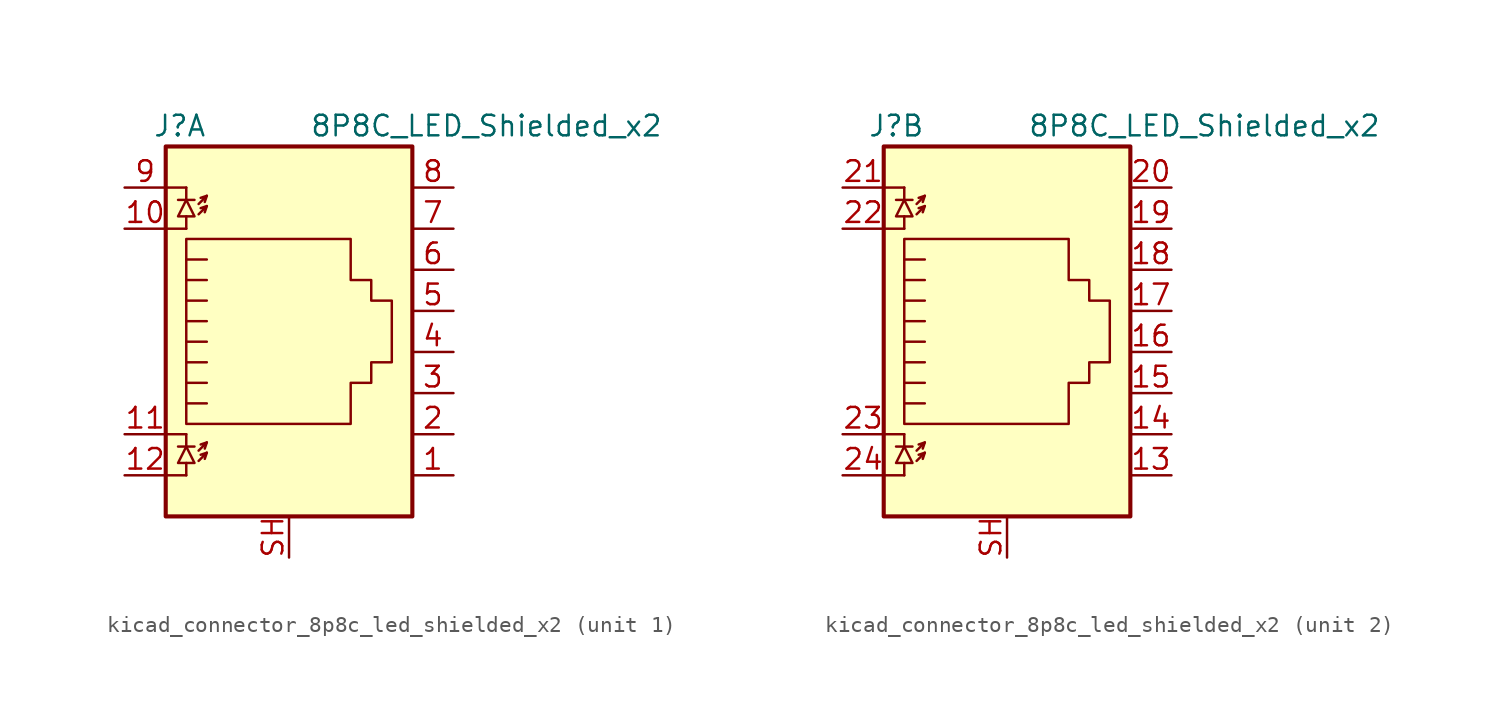
<source format=kicad_sym>
(kicad_symbol_lib
  (version 20220914)
  (generator kicad_symbol_editor)
  (symbol "kicad_connector_8p8c_led_shielded_x2"
    (property "Reference" "J"
      (at -5.08 13.97 0)
      (effects (font (size 1.27 1.27)) (justify right)))
    (property "Value" "8P8C_LED_Shielded_x2"
      (at 1.27 13.97 0)
      (effects (font (size 1.27 1.27)) (justify left)))
    (symbol "kicad_connector_8p8c_led_shielded_x2_0_1"
      (polyline (pts (xy -7.62 -7.62) (xy -6.35 -7.62)) (stroke (width 0) (type default)) (fill (type none)))
      (polyline (pts (xy -7.62 -5.08) (xy -6.35 -5.08)) (stroke (width 0) (type default)) (fill (type none)))
      (polyline (pts (xy -7.62 7.62) (xy -6.35 7.62)) (stroke (width 0) (type default)) (fill (type none)))
      (polyline (pts (xy -7.62 10.16) (xy -6.35 10.16)) (stroke (width 0) (type default)) (fill (type none)))
      (polyline (pts (xy -6.858 -5.842) (xy -5.842 -5.842)) (stroke (width 0) (type default)) (fill (type none)))
      (polyline (pts (xy -6.858 9.398) (xy -5.842 9.398)) (stroke (width 0) (type default)) (fill (type none)))
      (polyline (pts (xy -6.35 -7.62) (xy -6.35 -6.858)) (stroke (width 0) (type default)) (fill (type none)))
      (polyline (pts (xy -6.35 -5.08) (xy -6.35 -5.842)) (stroke (width 0) (type default)) (fill (type none)))
      (polyline (pts (xy -6.35 7.62) (xy -6.35 8.382)) (stroke (width 0) (type default)) (fill (type none)))
      (polyline (pts (xy -6.35 10.16) (xy -6.35 9.398)) (stroke (width 0) (type default)) (fill (type none)))
      (polyline (pts (xy -5.08 -6.223) (xy -5.207 -6.604)) (stroke (width 0) (type default)) (fill (type none)))
      (polyline (pts (xy -5.08 -5.588) (xy -5.207 -5.969)) (stroke (width 0) (type default)) (fill (type none)))
      (polyline (pts (xy -5.08 4.445) (xy -6.35 4.445)) (stroke (width 0) (type default)) (fill (type none)))
      (polyline (pts (xy -5.08 5.715) (xy -6.35 5.715)) (stroke (width 0) (type default)) (fill (type none)))
      (polyline (pts (xy -5.08 9.017) (xy -5.207 8.636)) (stroke (width 0) (type default)) (fill (type none)))
      (polyline (pts (xy -5.08 9.652) (xy -5.207 9.271)) (stroke (width 0) (type default)) (fill (type none)))
      (polyline (pts (xy -6.35 -3.175) (xy -5.08 -3.175) (xy -5.08 -3.175)) (stroke (width 0) (type default)) (fill (type none)))
      (polyline (pts (xy -6.35 -1.905) (xy -5.08 -1.905) (xy -5.08 -1.905)) (stroke (width 0) (type default)) (fill (type none)))
      (polyline (pts (xy -6.35 -0.635) (xy -5.08 -0.635) (xy -5.08 -0.635)) (stroke (width 0) (type default)) (fill (type none)))
      (polyline (pts (xy -6.35 0.635) (xy -5.08 0.635) (xy -5.08 0.635)) (stroke (width 0) (type default)) (fill (type none)))
      (polyline (pts (xy -6.35 1.905) (xy -5.08 1.905) (xy -5.08 1.905)) (stroke (width 0) (type default)) (fill (type none)))
      (polyline (pts (xy -5.588 -6.731) (xy -5.08 -6.223) (xy -5.461 -6.35)) (stroke (width 0) (type default)) (fill (type none)))
      (polyline (pts (xy -5.588 -6.096) (xy -5.08 -5.588) (xy -5.461 -5.715)) (stroke (width 0) (type default)) (fill (type none)))
      (polyline (pts (xy -5.588 8.509) (xy -5.08 9.017) (xy -5.461 8.89)) (stroke (width 0) (type default)) (fill (type none)))
      (polyline (pts (xy -5.588 9.144) (xy -5.08 9.652) (xy -5.461 9.525)) (stroke (width 0) (type default)) (fill (type none)))
      (polyline (pts (xy -5.08 3.175) (xy -6.35 3.175) (xy -6.35 3.175)) (stroke (width 0) (type default)) (fill (type none)))
      (polyline (pts (xy -6.35 -5.842) (xy -6.858 -6.858) (xy -5.842 -6.858) (xy -6.35 -5.842)) (stroke (width 0) (type default)) (fill (type none)))
      (polyline (pts (xy -6.35 9.398) (xy -6.858 8.382) (xy -5.842 8.382) (xy -6.35 9.398)) (stroke (width 0) (type default)) (fill (type none)))
      (polyline (pts (xy -6.35 -4.445) (xy -6.35 6.985) (xy 3.81 6.985) (xy 3.81 4.445) (xy 5.08 4.445) (xy 5.08 3.175) (xy 6.35 3.175) (xy 6.35 -0.635) (xy 5.08 -0.635) (xy 5.08 -1.905) (xy 3.81 -1.905) (xy 3.81 -4.445) (xy -6.35 -4.445) (xy -6.35 -4.445)) (stroke (width 0) (type default)) (fill (type none)))
      (rectangle (start 7.62 12.7) (end -7.62 -10.16) (stroke (width 0.254) (type default)) (fill (type background))))
    (symbol "kicad_connector_8p8c_led_shielded_x2_1_1"
      (pin passive line (at 10.16 -7.62 180) (length 2.54) (name "~" (effects (font (size 1.27 1.27)))) (number "1" (effects (font (size 1.27 1.27)))))
      (pin passive line (at -10.16 7.62 0) (length 2.54) (name "~" (effects (font (size 1.27 1.27)))) (number "10" (effects (font (size 1.27 1.27)))))
      (pin passive line (at -10.16 -5.08 0) (length 2.54) (name "~" (effects (font (size 1.27 1.27)))) (number "11" (effects (font (size 1.27 1.27)))))
      (pin passive line (at -10.16 -7.62 0) (length 2.54) (name "~" (effects (font (size 1.27 1.27)))) (number "12" (effects (font (size 1.27 1.27)))))
      (pin passive line (at 10.16 -5.08 180) (length 2.54) (name "~" (effects (font (size 1.27 1.27)))) (number "2" (effects (font (size 1.27 1.27)))))
      (pin passive line (at 10.16 -2.54 180) (length 2.54) (name "~" (effects (font (size 1.27 1.27)))) (number "3" (effects (font (size 1.27 1.27)))))
      (pin passive line (at 10.16 0 180) (length 2.54) (name "~" (effects (font (size 1.27 1.27)))) (number "4" (effects (font (size 1.27 1.27)))))
      (pin passive line (at 10.16 2.54 180) (length 2.54) (name "~" (effects (font (size 1.27 1.27)))) (number "5" (effects (font (size 1.27 1.27)))))
      (pin passive line (at 10.16 5.08 180) (length 2.54) (name "~" (effects (font (size 1.27 1.27)))) (number "6" (effects (font (size 1.27 1.27)))))
      (pin passive line (at 10.16 7.62 180) (length 2.54) (name "~" (effects (font (size 1.27 1.27)))) (number "7" (effects (font (size 1.27 1.27)))))
      (pin passive line (at 10.16 10.16 180) (length 2.54) (name "~" (effects (font (size 1.27 1.27)))) (number "8" (effects (font (size 1.27 1.27)))))
      (pin passive line (at -10.16 10.16 0) (length 2.54) (name "~" (effects (font (size 1.27 1.27)))) (number "9" (effects (font (size 1.27 1.27)))))
      (pin passive line (at 0 -12.7 90) (length 2.54) (name "~" (effects (font (size 1.27 1.27)))) (number "SH" (effects (font (size 1.27 1.27))))))
    (symbol "kicad_connector_8p8c_led_shielded_x2_2_1"
      (pin passive line (at 10.16 -7.62 180) (length 2.54) (name "~" (effects (font (size 1.27 1.27)))) (number "13" (effects (font (size 1.27 1.27)))))
      (pin passive line (at 10.16 -5.08 180) (length 2.54) (name "~" (effects (font (size 1.27 1.27)))) (number "14" (effects (font (size 1.27 1.27)))))
      (pin passive line (at 10.16 -2.54 180) (length 2.54) (name "~" (effects (font (size 1.27 1.27)))) (number "15" (effects (font (size 1.27 1.27)))))
      (pin passive line (at 10.16 0 180) (length 2.54) (name "~" (effects (font (size 1.27 1.27)))) (number "16" (effects (font (size 1.27 1.27)))))
      (pin passive line (at 10.16 2.54 180) (length 2.54) (name "~" (effects (font (size 1.27 1.27)))) (number "17" (effects (font (size 1.27 1.27)))))
      (pin passive line (at 10.16 5.08 180) (length 2.54) (name "~" (effects (font (size 1.27 1.27)))) (number "18" (effects (font (size 1.27 1.27)))))
      (pin passive line (at 10.16 7.62 180) (length 2.54) (name "~" (effects (font (size 1.27 1.27)))) (number "19" (effects (font (size 1.27 1.27)))))
      (pin passive line (at 10.16 10.16 180) (length 2.54) (name "~" (effects (font (size 1.27 1.27)))) (number "20" (effects (font (size 1.27 1.27)))))
      (pin passive line (at -10.16 10.16 0) (length 2.54) (name "~" (effects (font (size 1.27 1.27)))) (number "21" (effects (font (size 1.27 1.27)))))
      (pin passive line (at -10.16 7.62 0) (length 2.54) (name "~" (effects (font (size 1.27 1.27)))) (number "22" (effects (font (size 1.27 1.27)))))
      (pin passive line (at -10.16 -5.08 0) (length 2.54) (name "~" (effects (font (size 1.27 1.27)))) (number "23" (effects (font (size 1.27 1.27)))))
      (pin passive line (at -10.16 -7.62 0) (length 2.54) (name "~" (effects (font (size 1.27 1.27)))) (number "24" (effects (font (size 1.27 1.27)))))
      (pin passive line (at 0 -12.7 90) (length 2.54) (name "~" (effects (font (size 1.27 1.27)))) (number "SH" (effects (font (size 1.27 1.27))))))))
</source>
